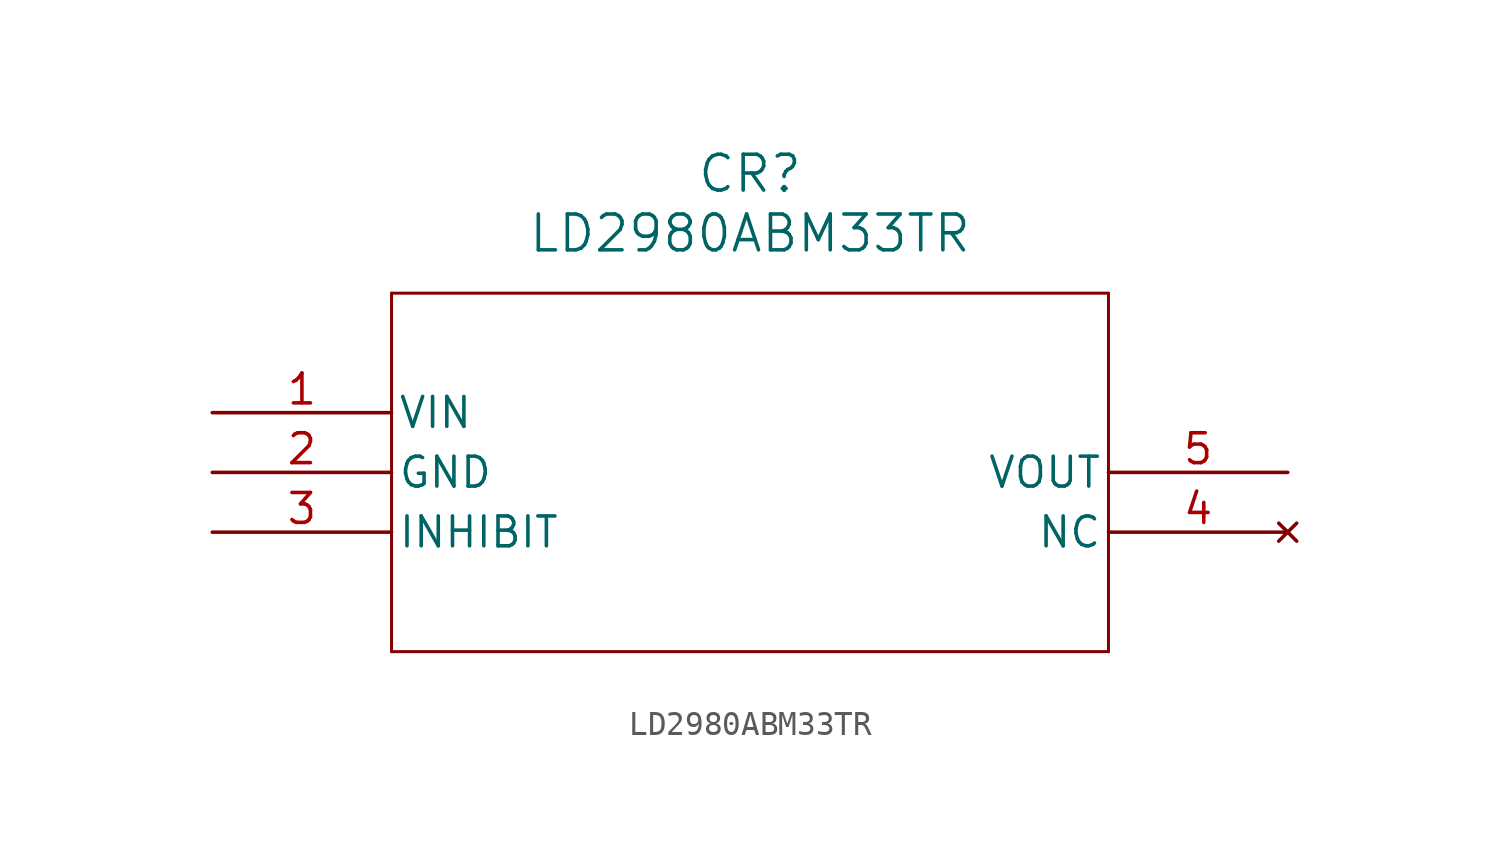
<source format=kicad_sym>
(kicad_symbol_lib
  (version 20211014)
  (generator kicad_symbol_editor)
  (symbol "LD2980ABM33TR"
    (pin_names
      (offset 0.254))
    (property "Reference" "CR"
      (at 22.86 10.16 0)
      (effects (font (size 1.524 1.524))))
    (property "Value" "LD2980ABM33TR"
      (at 22.86 7.62 0)
      (effects (font (size 1.524 1.524))))
    (symbol "LD2980ABM33TR_0_1"
      (polyline (pts (xy 7.62 5.08) (xy 7.62 -10.16)) (stroke (width 0.127) (type default) (color 0 0 0 0)) (fill (type none)))
      (polyline (pts (xy 7.62 -10.16) (xy 38.1 -10.16)) (stroke (width 0.127) (type default) (color 0 0 0 0)) (fill (type none)))
      (polyline (pts (xy 38.1 -10.16) (xy 38.1 5.08)) (stroke (width 0.127) (type default) (color 0 0 0 0)) (fill (type none)))
      (polyline (pts (xy 38.1 5.08) (xy 7.62 5.08)) (stroke (width 0.127) (type default) (color 0 0 0 0)) (fill (type none)))
      (pin input line (at 0 0 0) (length 7.62) (name "VIN" (effects (font (size 1.27 1.27)))) (number "1" (effects (font (size 1.27 1.27)))))
      (pin power_out line (at 0 -2.54 0) (length 7.62) (name "GND" (effects (font (size 1.27 1.27)))) (number "2" (effects (font (size 1.27 1.27)))))
      (pin unspecified line (at 0 -5.08 0) (length 7.62) (name "INHIBIT" (effects (font (size 1.27 1.27)))) (number "3" (effects (font (size 1.27 1.27)))))
      (pin no_connect line (at 45.72 -5.08 180) (length 7.62) (name "NC" (effects (font (size 1.27 1.27)))) (number "4" (effects (font (size 1.27 1.27)))))
      (pin output line (at 45.72 -2.54 180) (length 7.62) (name "VOUT" (effects (font (size 1.27 1.27)))) (number "5" (effects (font (size 1.27 1.27))))))))
</source>
